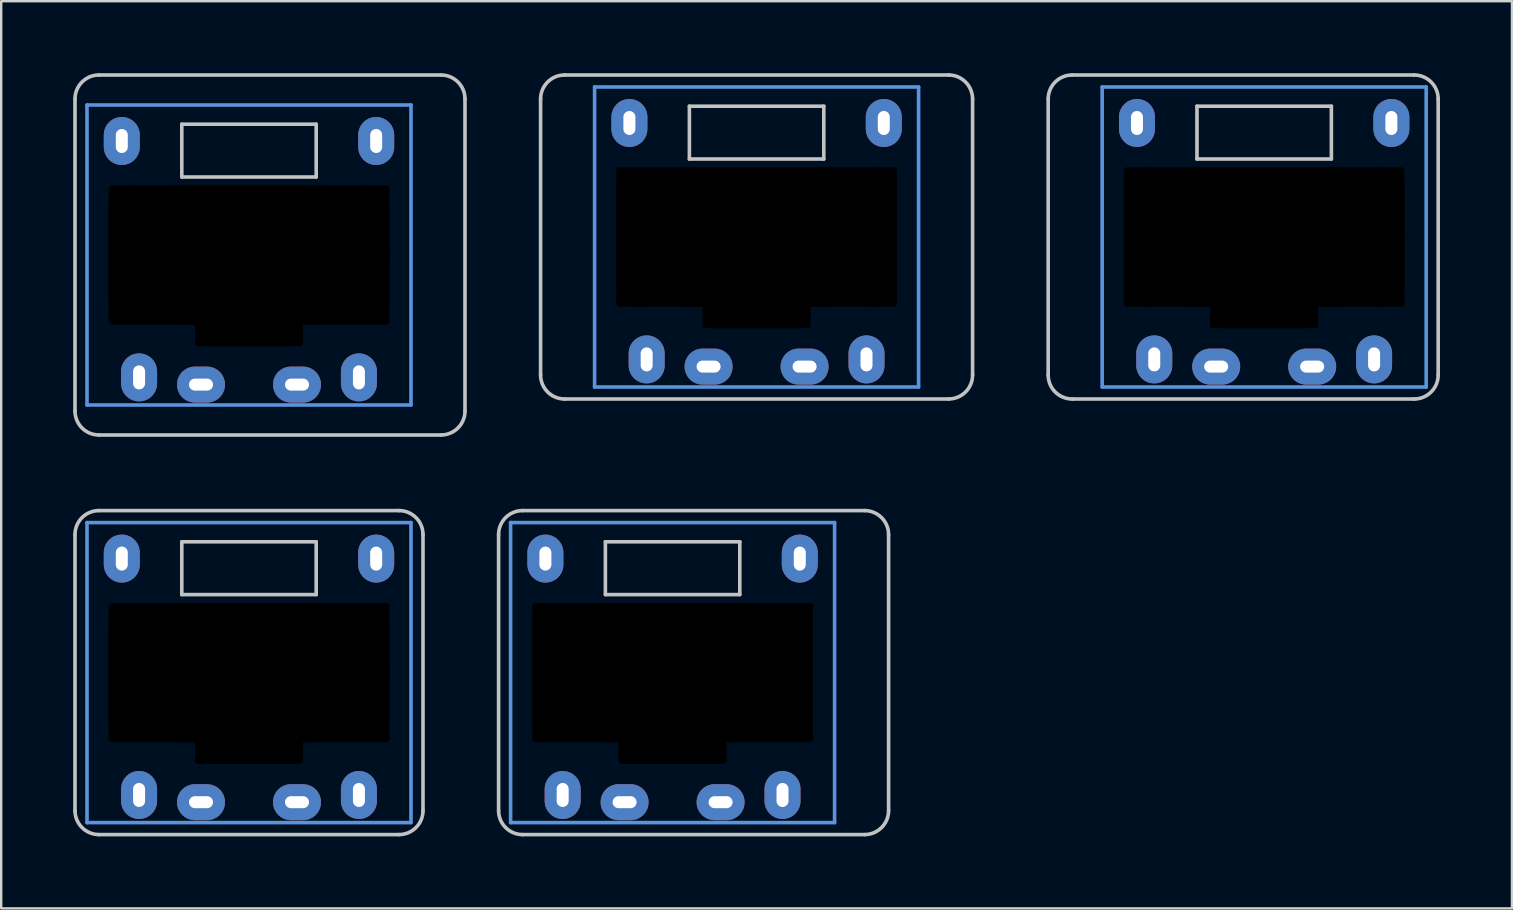
<source format=kicad_pcb>
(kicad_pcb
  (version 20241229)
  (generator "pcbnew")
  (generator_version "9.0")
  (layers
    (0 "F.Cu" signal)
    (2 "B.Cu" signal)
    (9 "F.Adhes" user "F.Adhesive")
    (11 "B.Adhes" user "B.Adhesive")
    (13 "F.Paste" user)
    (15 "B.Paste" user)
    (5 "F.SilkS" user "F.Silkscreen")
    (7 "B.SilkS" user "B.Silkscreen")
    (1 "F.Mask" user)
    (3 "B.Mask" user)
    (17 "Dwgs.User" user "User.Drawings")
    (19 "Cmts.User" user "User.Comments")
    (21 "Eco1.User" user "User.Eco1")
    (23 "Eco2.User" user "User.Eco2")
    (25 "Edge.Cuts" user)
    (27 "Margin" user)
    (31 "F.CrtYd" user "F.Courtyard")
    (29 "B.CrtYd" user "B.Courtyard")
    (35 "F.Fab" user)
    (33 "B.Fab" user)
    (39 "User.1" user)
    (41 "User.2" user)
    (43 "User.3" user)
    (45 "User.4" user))
  (footprint "pg1232-RHSSL"
    (layer "F.Cu")
    (at 49.625 6.825)
    (property "Reference" "pg1232-RHSSL" (at 0 0 0) (layer "F.Fab") (effects (font (size 1 1) (thickness 0.15))))
    (attr through_hole)
    (fp_line (start -9 5.75) (end -9 -5.75) (stroke (width 0.15) (type solid)) (layer "Dwgs.User"))
    (fp_line (start -8 -6.75) (end 6.25 -6.75) (stroke (width 0.15) (type solid)) (layer "Dwgs.User"))
    (fp_line (start -2.8 -5.45) (end -2.8 -3.25) (stroke (width 0.15) (type solid)) (layer "Dwgs.User"))
    (fp_line (start -2.8 -3.25) (end 2.8 -3.25) (stroke (width 0.15) (type solid)) (layer "Dwgs.User"))
    (fp_line (start 2.8 -5.45) (end -2.8 -5.45) (stroke (width 0.15) (type solid)) (layer "Dwgs.User"))
    (fp_line (start 2.8 -3.25) (end 2.8 -5.45) (stroke (width 0.15) (type solid)) (layer "Dwgs.User"))
    (fp_line (start 6.25 6.75) (end -8 6.75) (stroke (width 0.15) (type solid)) (layer "Dwgs.User"))
    (fp_line (start 7.25 -5.75) (end 7.25 5.75) (stroke (width 0.15) (type solid)) (layer "Dwgs.User"))
    (fp_arc (start -9 -5.75) (mid -8.707107 -6.457107) (end -8 -6.75) (stroke (width 0.15) (type solid)) (layer "Dwgs.User"))
    (fp_arc (start -8 6.75) (mid -8.707107 6.457107) (end -9 5.75) (stroke (width 0.15) (type solid)) (layer "Dwgs.User"))
    (fp_arc (start 6.25 -6.75) (mid 6.957107 -6.457107) (end 7.25 -5.75) (stroke (width 0.15) (type solid)) (layer "Dwgs.User"))
    (fp_arc (start 7.25 5.75) (mid 6.957107 6.457107) (end 6.25 6.75) (stroke (width 0.15) (type solid)) (layer "Dwgs.User"))
    (fp_line (start -6.75 -6.25) (end -6.75 6.25) (stroke (width 0.15) (type solid)) (layer "Cmts.User"))
    (fp_line (start -6.75 6.25) (end 6.75 6.25) (stroke (width 0.15) (type solid)) (layer "Cmts.User"))
    (fp_line (start 6.75 -6.25) (end -6.75 -6.25) (stroke (width 0.15) (type solid)) (layer "Cmts.User"))
    (fp_line (start 6.75 6.25) (end 6.75 -6.25) (stroke (width 0.15) (type solid)) (layer "Cmts.User"))
    (pad "" np_thru_hole oval (at -5.7 0 90) (size 5.8 0.3) (drill oval 5.8 0.3) (layers "*.Mask"))
    (pad "" np_thru_hole oval (at -4.85 0) (size 2 5.8) (drill oval 2 5.8) (layers "*.Mask"))
    (pad "" np_thru_hole oval (at -2.1 3.25 90) (size 1.1 0.3) (drill oval 1.1 0.3) (layers "*.Mask"))
    (pad "" np_thru_hole oval (at 0 -2.75) (size 11.7 0.3) (drill oval 11.7 0.3) (layers "*.Mask"))
    (pad "" np_thru_hole oval (at 0 0) (size 11.7 5.8) (drill oval 11.7 5.8) (layers "*.Mask"))
    (pad "" np_thru_hole oval (at 0 2.75) (size 11.7 0.3) (drill oval 11.7 0.3) (layers "*.Mask"))
    (pad "" np_thru_hole oval (at 0 3.3) (size 4.5 1) (drill oval 4.5 1) (layers "*.Mask"))
    (pad "" np_thru_hole oval (at 0 3.65) (size 4.5 0.3) (drill oval 4.5 0.3) (layers "*.Mask"))
    (pad "" np_thru_hole oval (at 2.1 3.25 90) (size 1.1 0.3) (drill oval 1.1 0.3) (layers "*.Mask"))
    (pad "" np_thru_hole oval (at 4.85 0) (size 2 5.8) (drill oval 2 5.8) (layers "*.Mask"))
    (pad "" np_thru_hole oval (at 5.7 0 90) (size 5.8 0.3) (drill oval 5.8 0.3) (layers "*.Mask"))
    (pad "1" thru_hole oval (at -2 5.4) (size 2 1.5) (drill oval 1 0.5) (layers "*.Cu" "F.Mask"))
    (pad "1" thru_hole oval (at 2 5.4) (size 2 1.5) (drill oval 1 0.5) (layers "*.Cu" "B.Mask"))
    (pad "2" thru_hole oval (at -4.58 5.1 90) (size 2 1.5) (drill oval 1 0.5) (layers "*.Cu" "B.Mask"))
    (pad "2" thru_hole oval (at 4.58 5.1 90) (size 2 1.5) (drill oval 1 0.5) (layers "*.Cu" "F.Mask"))
    (pad "4" thru_hole oval (at 5.3 -4.75 90) (size 2 1.5) (drill oval 1 0.5) (layers "*.Cu" "*.Mask"))
    (pad "5" thru_hole oval (at -5.3 -4.75 90) (size 2 1.5) (drill oval 1 0.5) (layers "*.Cu" "*.Mask")))
  (footprint "pg1232-RHSSN"
    (layer "F.Cu")
    (at 7.325 24.975)
    (property "Reference" "pg1232-RHSSN" (at 0 0 0) (layer "F.Fab") (effects (font (size 1 1) (thickness 0.15))))
    (attr through_hole)
    (fp_line (start -7.25 5.75) (end -7.25 -5.75) (stroke (width 0.15) (type solid)) (layer "Dwgs.User"))
    (fp_line (start -6.25 -6.75) (end 6.25 -6.75) (stroke (width 0.15) (type solid)) (layer "Dwgs.User"))
    (fp_line (start -2.8 -5.45) (end -2.8 -3.25) (stroke (width 0.15) (type solid)) (layer "Dwgs.User"))
    (fp_line (start -2.8 -3.25) (end 2.8 -3.25) (stroke (width 0.15) (type solid)) (layer "Dwgs.User"))
    (fp_line (start 2.8 -5.45) (end -2.8 -5.45) (stroke (width 0.15) (type solid)) (layer "Dwgs.User"))
    (fp_line (start 2.8 -3.25) (end 2.8 -5.45) (stroke (width 0.15) (type solid)) (layer "Dwgs.User"))
    (fp_line (start 6.25 6.75) (end -6.25 6.75) (stroke (width 0.15) (type solid)) (layer "Dwgs.User"))
    (fp_line (start 7.25 -5.75) (end 7.25 5.75) (stroke (width 0.15) (type solid)) (layer "Dwgs.User"))
    (fp_arc (start -7.25 -5.75) (mid -6.957107 -6.457107) (end -6.25 -6.75) (stroke (width 0.15) (type solid)) (layer "Dwgs.User"))
    (fp_arc (start -6.25 6.75) (mid -6.957107 6.457107) (end -7.25 5.75) (stroke (width 0.15) (type solid)) (layer "Dwgs.User"))
    (fp_arc (start 6.25 -6.75) (mid 6.957107 -6.457107) (end 7.25 -5.75) (stroke (width 0.15) (type solid)) (layer "Dwgs.User"))
    (fp_arc (start 7.25 5.75) (mid 6.957107 6.457107) (end 6.25 6.75) (stroke (width 0.15) (type solid)) (layer "Dwgs.User"))
    (fp_line (start -6.75 -6.25) (end -6.75 6.25) (stroke (width 0.15) (type solid)) (layer "Cmts.User"))
    (fp_line (start -6.75 6.25) (end 6.75 6.25) (stroke (width 0.15) (type solid)) (layer "Cmts.User"))
    (fp_line (start 6.75 -6.25) (end -6.75 -6.25) (stroke (width 0.15) (type solid)) (layer "Cmts.User"))
    (fp_line (start 6.75 6.25) (end 6.75 -6.25) (stroke (width 0.15) (type solid)) (layer "Cmts.User"))
    (pad "" np_thru_hole oval (at -5.7 0 90) (size 5.8 0.3) (drill oval 5.8 0.3) (layers "*.Mask"))
    (pad "" np_thru_hole oval (at -4.85 0) (size 2 5.8) (drill oval 2 5.8) (layers "*.Mask"))
    (pad "" np_thru_hole oval (at -2.1 3.25 90) (size 1.1 0.3) (drill oval 1.1 0.3) (layers "*.Mask"))
    (pad "" np_thru_hole oval (at 0 -2.75) (size 11.7 0.3) (drill oval 11.7 0.3) (layers "*.Mask"))
    (pad "" np_thru_hole oval (at 0 0) (size 11.7 5.8) (drill oval 11.7 5.8) (layers "*.Mask"))
    (pad "" np_thru_hole oval (at 0 2.75) (size 11.7 0.3) (drill oval 11.7 0.3) (layers "*.Mask"))
    (pad "" np_thru_hole oval (at 0 3.3) (size 4.5 1) (drill oval 4.5 1) (layers "*.Mask"))
    (pad "" np_thru_hole oval (at 0 3.65) (size 4.5 0.3) (drill oval 4.5 0.3) (layers "*.Mask"))
    (pad "" np_thru_hole oval (at 2.1 3.25 90) (size 1.1 0.3) (drill oval 1.1 0.3) (layers "*.Mask"))
    (pad "" np_thru_hole oval (at 4.85 0) (size 2 5.8) (drill oval 2 5.8) (layers "*.Mask"))
    (pad "" np_thru_hole oval (at 5.7 0 90) (size 5.8 0.3) (drill oval 5.8 0.3) (layers "*.Mask"))
    (pad "1" thru_hole oval (at -2 5.4) (size 2 1.5) (drill oval 1 0.5) (layers "*.Cu" "F.Mask"))
    (pad "1" thru_hole oval (at 2 5.4) (size 2 1.5) (drill oval 1 0.5) (layers "*.Cu" "B.Mask"))
    (pad "2" thru_hole oval (at -4.58 5.1 90) (size 2 1.5) (drill oval 1 0.5) (layers "*.Cu" "B.Mask"))
    (pad "2" thru_hole oval (at 4.58 5.1 90) (size 2 1.5) (drill oval 1 0.5) (layers "*.Cu" "F.Mask"))
    (pad "4" thru_hole oval (at 5.3 -4.75 90) (size 2 1.5) (drill oval 1 0.5) (layers "*.Cu" "*.Mask"))
    (pad "5" thru_hole oval (at -5.3 -4.75 90) (size 2 1.5) (drill oval 1 0.5) (layers "*.Cu" "*.Mask")))
  (footprint "pg1232-RHSS"
    (layer "F.Cu")
    (at 28.475 6.825)
    (property "Reference" "pg1232-RHSS" (at 0 0 0) (layer "F.Fab") (effects (font (size 1 1) (thickness 0.15))))
    (attr through_hole)
    (fp_line (start -9 5.75) (end -9 -5.75) (stroke (width 0.15) (type solid)) (layer "Dwgs.User"))
    (fp_line (start -8 -6.75) (end 8 -6.75) (stroke (width 0.15) (type solid)) (layer "Dwgs.User"))
    (fp_line (start -2.8 -5.45) (end -2.8 -3.25) (stroke (width 0.15) (type solid)) (layer "Dwgs.User"))
    (fp_line (start -2.8 -3.25) (end 2.8 -3.25) (stroke (width 0.15) (type solid)) (layer "Dwgs.User"))
    (fp_line (start 2.8 -5.45) (end -2.8 -5.45) (stroke (width 0.15) (type solid)) (layer "Dwgs.User"))
    (fp_line (start 2.8 -3.25) (end 2.8 -5.45) (stroke (width 0.15) (type solid)) (layer "Dwgs.User"))
    (fp_line (start 8 6.75) (end -8 6.75) (stroke (width 0.15) (type solid)) (layer "Dwgs.User"))
    (fp_line (start 9 -5.75) (end 9 5.75) (stroke (width 0.15) (type solid)) (layer "Dwgs.User"))
    (fp_arc (start -9 -5.75) (mid -8.707107 -6.457107) (end -8 -6.75) (stroke (width 0.15) (type solid)) (layer "Dwgs.User"))
    (fp_arc (start -8 6.75) (mid -8.707107 6.457107) (end -9 5.75) (stroke (width 0.15) (type solid)) (layer "Dwgs.User"))
    (fp_arc (start 8 -6.75) (mid 8.707107 -6.457107) (end 9 -5.75) (stroke (width 0.15) (type solid)) (layer "Dwgs.User"))
    (fp_arc (start 9 5.75) (mid 8.707107 6.457107) (end 8 6.75) (stroke (width 0.15) (type solid)) (layer "Dwgs.User"))
    (fp_line (start -6.75 -6.25) (end -6.75 6.25) (stroke (width 0.15) (type solid)) (layer "Cmts.User"))
    (fp_line (start -6.75 6.25) (end 6.75 6.25) (stroke (width 0.15) (type solid)) (layer "Cmts.User"))
    (fp_line (start 6.75 -6.25) (end -6.75 -6.25) (stroke (width 0.15) (type solid)) (layer "Cmts.User"))
    (fp_line (start 6.75 6.25) (end 6.75 -6.25) (stroke (width 0.15) (type solid)) (layer "Cmts.User"))
    (pad "" np_thru_hole oval (at -5.7 0 90) (size 5.8 0.3) (drill oval 5.8 0.3) (layers "*.Mask"))
    (pad "" np_thru_hole oval (at -4.85 0) (size 2 5.8) (drill oval 2 5.8) (layers "*.Mask"))
    (pad "" np_thru_hole oval (at -2.1 3.25 90) (size 1.1 0.3) (drill oval 1.1 0.3) (layers "*.Mask"))
    (pad "" np_thru_hole oval (at 0 -2.75) (size 11.7 0.3) (drill oval 11.7 0.3) (layers "*.Mask"))
    (pad "" np_thru_hole oval (at 0 0) (size 11.7 5.8) (drill oval 11.7 5.8) (layers "*.Mask"))
    (pad "" np_thru_hole oval (at 0 2.75) (size 11.7 0.3) (drill oval 11.7 0.3) (layers "*.Mask"))
    (pad "" np_thru_hole oval (at 0 3.3) (size 4.5 1) (drill oval 4.5 1) (layers "*.Mask"))
    (pad "" np_thru_hole oval (at 0 3.65) (size 4.5 0.3) (drill oval 4.5 0.3) (layers "*.Mask"))
    (pad "" np_thru_hole oval (at 2.1 3.25 90) (size 1.1 0.3) (drill oval 1.1 0.3) (layers "*.Mask"))
    (pad "" np_thru_hole oval (at 4.85 0) (size 2 5.8) (drill oval 2 5.8) (layers "*.Mask"))
    (pad "" np_thru_hole oval (at 5.7 0 90) (size 5.8 0.3) (drill oval 5.8 0.3) (layers "*.Mask"))
    (pad "1" thru_hole oval (at -2 5.4) (size 2 1.5) (drill oval 1 0.5) (layers "*.Cu" "F.Mask"))
    (pad "1" thru_hole oval (at 2 5.4) (size 2 1.5) (drill oval 1 0.5) (layers "*.Cu" "B.Mask"))
    (pad "2" thru_hole oval (at -4.58 5.1 90) (size 2 1.5) (drill oval 1 0.5) (layers "*.Cu" "B.Mask"))
    (pad "2" thru_hole oval (at 4.58 5.1 90) (size 2 1.5) (drill oval 1 0.5) (layers "*.Cu" "F.Mask"))
    (pad "4" thru_hole oval (at 5.3 -4.75 90) (size 2 1.5) (drill oval 1 0.5) (layers "*.Cu" "*.Mask"))
    (pad "5" thru_hole oval (at -5.3 -4.75 90) (size 2 1.5) (drill oval 1 0.5) (layers "*.Cu" "*.Mask")))
  (footprint "pg1232-RHSSR"
    (layer "F.Cu")
    (at 24.975 24.975)
    (property "Reference" "pg1232-RHSSR" (at 0 0 0) (layer "F.Fab") (effects (font (size 1 1) (thickness 0.15))))
    (attr through_hole)
    (fp_line (start -7.25 5.75) (end -7.25 -5.75) (stroke (width 0.15) (type solid)) (layer "Dwgs.User"))
    (fp_line (start -6.25 -6.75) (end 8 -6.75) (stroke (width 0.15) (type solid)) (layer "Dwgs.User"))
    (fp_line (start -2.8 -5.45) (end -2.8 -3.25) (stroke (width 0.15) (type solid)) (layer "Dwgs.User"))
    (fp_line (start -2.8 -3.25) (end 2.8 -3.25) (stroke (width 0.15) (type solid)) (layer "Dwgs.User"))
    (fp_line (start 2.8 -5.45) (end -2.8 -5.45) (stroke (width 0.15) (type solid)) (layer "Dwgs.User"))
    (fp_line (start 2.8 -3.25) (end 2.8 -5.45) (stroke (width 0.15) (type solid)) (layer "Dwgs.User"))
    (fp_line (start 8 6.75) (end -6.25 6.75) (stroke (width 0.15) (type solid)) (layer "Dwgs.User"))
    (fp_line (start 9 -5.75) (end 9 5.75) (stroke (width 0.15) (type solid)) (layer "Dwgs.User"))
    (fp_arc (start -7.25 -5.75) (mid -6.957107 -6.457107) (end -6.25 -6.75) (stroke (width 0.15) (type solid)) (layer "Dwgs.User"))
    (fp_arc (start -6.25 6.75) (mid -6.957107 6.457107) (end -7.25 5.75) (stroke (width 0.15) (type solid)) (layer "Dwgs.User"))
    (fp_arc (start 8 -6.75) (mid 8.707107 -6.457107) (end 9 -5.75) (stroke (width 0.15) (type solid)) (layer "Dwgs.User"))
    (fp_arc (start 9 5.75) (mid 8.707107 6.457107) (end 8 6.75) (stroke (width 0.15) (type solid)) (layer "Dwgs.User"))
    (fp_line (start -6.75 -6.25) (end -6.75 6.25) (stroke (width 0.15) (type solid)) (layer "Cmts.User"))
    (fp_line (start -6.75 6.25) (end 6.75 6.25) (stroke (width 0.15) (type solid)) (layer "Cmts.User"))
    (fp_line (start 6.75 -6.25) (end -6.75 -6.25) (stroke (width 0.15) (type solid)) (layer "Cmts.User"))
    (fp_line (start 6.75 6.25) (end 6.75 -6.25) (stroke (width 0.15) (type solid)) (layer "Cmts.User"))
    (pad "" np_thru_hole oval (at -5.7 0 90) (size 5.8 0.3) (drill oval 5.8 0.3) (layers "*.Mask"))
    (pad "" thru_hole oval (at -5.3 -4.75 90) (size 2 1.5) (drill oval 1 0.5) (layers "*.Cu" "*.Mask"))
    (pad "" np_thru_hole oval (at -4.85 0) (size 2 5.8) (drill oval 2 5.8) (layers "*.Mask"))
    (pad "" np_thru_hole oval (at -2.1 3.25 90) (size 1.1 0.3) (drill oval 1.1 0.3) (layers "*.Mask"))
    (pad "" np_thru_hole oval (at 0 -2.75) (size 11.7 0.3) (drill oval 11.7 0.3) (layers "*.Mask"))
    (pad "" np_thru_hole oval (at 0 0) (size 11.7 5.8) (drill oval 11.7 5.8) (layers "*.Mask"))
    (pad "" np_thru_hole oval (at 0 2.75) (size 11.7 0.3) (drill oval 11.7 0.3) (layers "*.Mask"))
    (pad "" np_thru_hole oval (at 0 3.3) (size 4.5 1) (drill oval 4.5 1) (layers "*.Mask"))
    (pad "" np_thru_hole oval (at 0 3.65) (size 4.5 0.3) (drill oval 4.5 0.3) (layers "*.Mask"))
    (pad "" np_thru_hole oval (at 2.1 3.25 90) (size 1.1 0.3) (drill oval 1.1 0.3) (layers "*.Mask"))
    (pad "" np_thru_hole oval (at 4.85 0) (size 2 5.8) (drill oval 2 5.8) (layers "*.Mask"))
    (pad "" thru_hole oval (at 5.3 -4.75 90) (size 2 1.5) (drill oval 1 0.5) (layers "*.Cu" "*.Mask"))
    (pad "" np_thru_hole oval (at 5.7 0 90) (size 5.8 0.3) (drill oval 5.8 0.3) (layers "*.Mask"))
    (pad "1" thru_hole oval (at -2 5.4) (size 2 1.5) (drill oval 1 0.5) (layers "*.Cu" "F.Mask"))
    (pad "1" thru_hole oval (at 2 5.4) (size 2 1.5) (drill oval 1 0.5) (layers "*.Cu" "B.Mask"))
    (pad "2" thru_hole oval (at -4.58 5.1 90) (size 2 1.5) (drill oval 1 0.5) (layers "*.Cu" "B.Mask"))
    (pad "2" thru_hole oval (at 4.58 5.1 90) (size 2 1.5) (drill oval 1 0.5) (layers "*.Cu" "F.Mask")))
  (footprint "pg1232-RHSR"
    (layer "F.Cu")
    (at 7.325 7.575)
    (property "Reference" "pg1232-RHSR" (at 0 0 0) (layer "F.Fab") (effects (font (size 1 1) (thickness 0.15))))
    (attr through_hole)
    (fp_line (start -7.25 6.5) (end -7.25 -6.5) (stroke (width 0.15) (type solid)) (layer "Dwgs.User"))
    (fp_line (start -6.25 -7.5) (end 8 -7.5) (stroke (width 0.15) (type solid)) (layer "Dwgs.User"))
    (fp_line (start -2.8 -5.45) (end -2.8 -3.25) (stroke (width 0.15) (type solid)) (layer "Dwgs.User"))
    (fp_line (start -2.8 -3.25) (end 2.8 -3.25) (stroke (width 0.15) (type solid)) (layer "Dwgs.User"))
    (fp_line (start 2.8 -5.45) (end -2.8 -5.45) (stroke (width 0.15) (type solid)) (layer "Dwgs.User"))
    (fp_line (start 2.8 -3.25) (end 2.8 -5.45) (stroke (width 0.15) (type solid)) (layer "Dwgs.User"))
    (fp_line (start 8 7.5) (end -6.25 7.5) (stroke (width 0.15) (type solid)) (layer "Dwgs.User"))
    (fp_line (start 9 -6.5) (end 9 6.5) (stroke (width 0.15) (type solid)) (layer "Dwgs.User"))
    (fp_arc (start -7.25 -6.5) (mid -6.957107 -7.207107) (end -6.25 -7.5) (stroke (width 0.15) (type solid)) (layer "Dwgs.User"))
    (fp_arc (start -6.25 7.5) (mid -6.957107 7.207107) (end -7.25 6.5) (stroke (width 0.15) (type solid)) (layer "Dwgs.User"))
    (fp_arc (start 8 -7.5) (mid 8.707107 -7.207107) (end 9 -6.5) (stroke (width 0.15) (type solid)) (layer "Dwgs.User"))
    (fp_arc (start 9 6.5) (mid 8.707107 7.207107) (end 8 7.5) (stroke (width 0.15) (type solid)) (layer "Dwgs.User"))
    (fp_line (start -6.75 -6.25) (end -6.75 6.25) (stroke (width 0.15) (type solid)) (layer "Cmts.User"))
    (fp_line (start -6.75 6.25) (end 6.75 6.25) (stroke (width 0.15) (type solid)) (layer "Cmts.User"))
    (fp_line (start 6.75 -6.25) (end -6.75 -6.25) (stroke (width 0.15) (type solid)) (layer "Cmts.User"))
    (fp_line (start 6.75 6.25) (end 6.75 -6.25) (stroke (width 0.15) (type solid)) (layer "Cmts.User"))
    (pad "" np_thru_hole oval (at -5.7 0 90) (size 5.8 0.3) (drill oval 5.8 0.3) (layers "*.Mask"))
    (pad "" thru_hole oval (at -5.3 -4.75 90) (size 2 1.5) (drill oval 1 0.5) (layers "*.Cu" "*.Mask"))
    (pad "" np_thru_hole oval (at -4.85 0) (size 2 5.8) (drill oval 2 5.8) (layers "*.Mask"))
    (pad "" np_thru_hole oval (at -2.1 3.25 90) (size 1.1 0.3) (drill oval 1.1 0.3) (layers "*.Mask"))
    (pad "" np_thru_hole oval (at 0 -2.75) (size 11.7 0.3) (drill oval 11.7 0.3) (layers "*.Mask"))
    (pad "" np_thru_hole oval (at 0 0) (size 11.7 5.8) (drill oval 11.7 5.8) (layers "*.Mask"))
    (pad "" np_thru_hole oval (at 0 2.75) (size 11.7 0.3) (drill oval 11.7 0.3) (layers "*.Mask"))
    (pad "" np_thru_hole oval (at 0 3.3) (size 4.5 1) (drill oval 4.5 1) (layers "*.Mask"))
    (pad "" np_thru_hole oval (at 0 3.65) (size 4.5 0.3) (drill oval 4.5 0.3) (layers "*.Mask"))
    (pad "" np_thru_hole oval (at 2.1 3.25 90) (size 1.1 0.3) (drill oval 1.1 0.3) (layers "*.Mask"))
    (pad "" np_thru_hole oval (at 4.85 0) (size 2 5.8) (drill oval 2 5.8) (layers "*.Mask"))
    (pad "" thru_hole oval (at 5.3 -4.75 90) (size 2 1.5) (drill oval 1 0.5) (layers "*.Cu" "*.Mask"))
    (pad "" np_thru_hole oval (at 5.7 0 90) (size 5.8 0.3) (drill oval 5.8 0.3) (layers "*.Mask"))
    (pad "1" thru_hole oval (at -2 5.4) (size 2 1.5) (drill oval 1 0.5) (layers "*.Cu" "F.Mask"))
    (pad "1" thru_hole oval (at 2 5.4) (size 2 1.5) (drill oval 1 0.5) (layers "*.Cu" "B.Mask"))
    (pad "2" thru_hole oval (at -4.58 5.1 90) (size 2 1.5) (drill oval 1 0.5) (layers "*.Cu" "B.Mask"))
    (pad "2" thru_hole oval (at 4.58 5.1 90) (size 2 1.5) (drill oval 1 0.5) (layers "*.Cu" "F.Mask")))
  (gr_rect
    (start -3 -3)
    (end 59.95 34.8)
    (stroke (width 0.1) (type default))
    (fill no)
    (layer "Edge.Cuts")))
</source>
